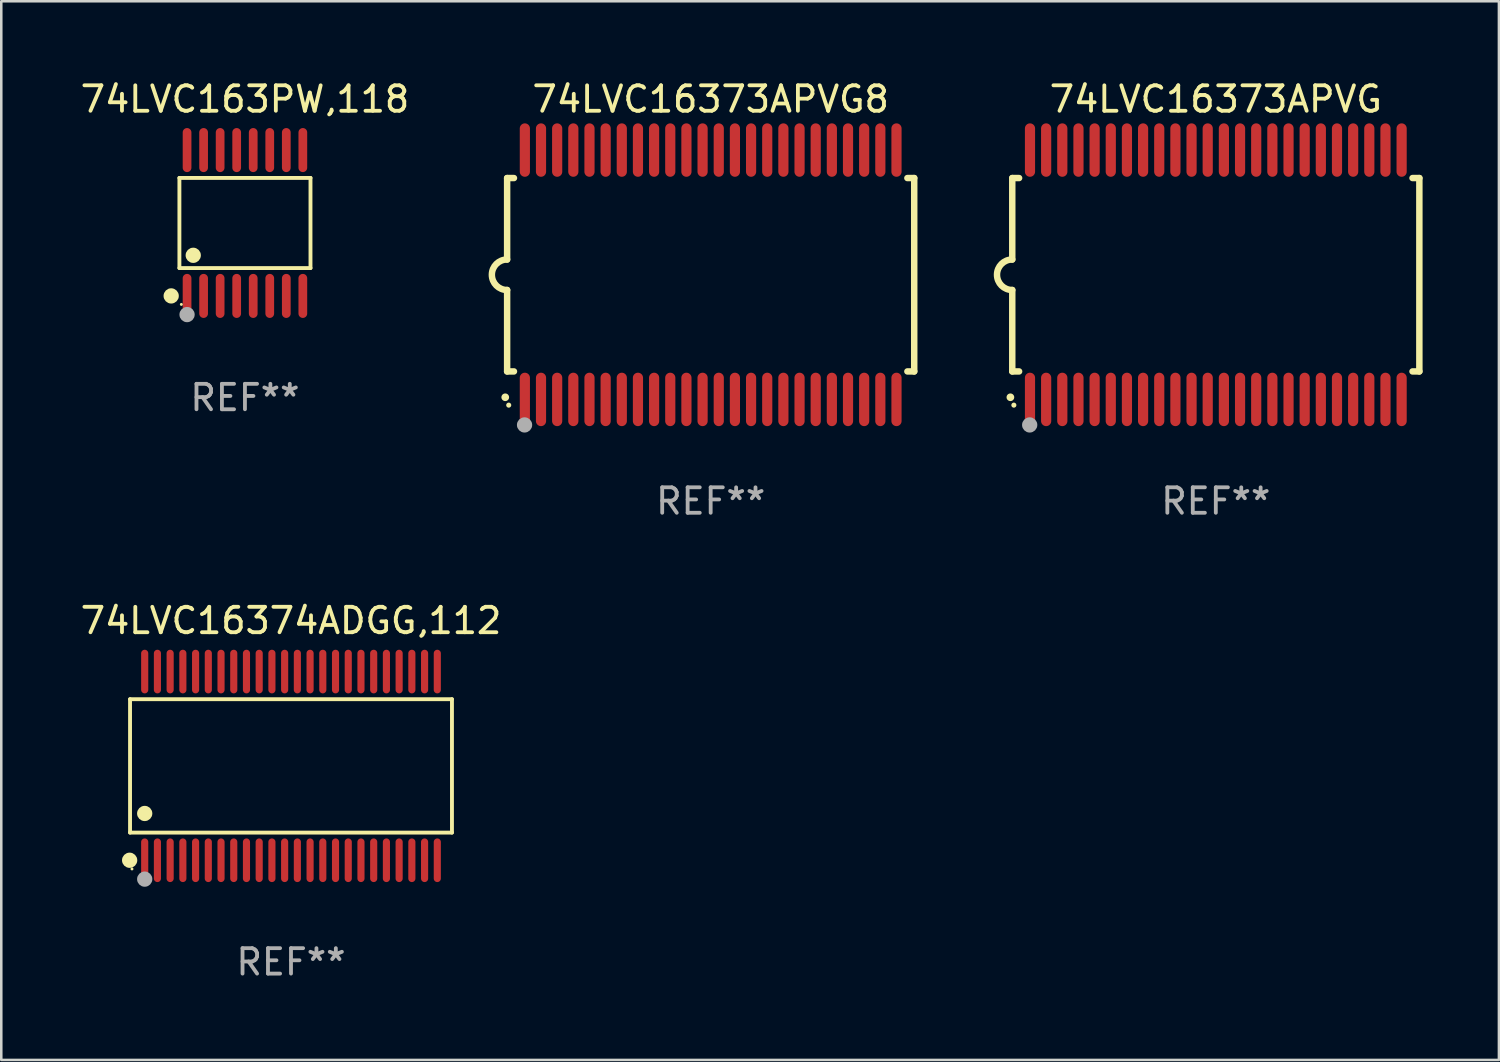
<source format=kicad_pcb>
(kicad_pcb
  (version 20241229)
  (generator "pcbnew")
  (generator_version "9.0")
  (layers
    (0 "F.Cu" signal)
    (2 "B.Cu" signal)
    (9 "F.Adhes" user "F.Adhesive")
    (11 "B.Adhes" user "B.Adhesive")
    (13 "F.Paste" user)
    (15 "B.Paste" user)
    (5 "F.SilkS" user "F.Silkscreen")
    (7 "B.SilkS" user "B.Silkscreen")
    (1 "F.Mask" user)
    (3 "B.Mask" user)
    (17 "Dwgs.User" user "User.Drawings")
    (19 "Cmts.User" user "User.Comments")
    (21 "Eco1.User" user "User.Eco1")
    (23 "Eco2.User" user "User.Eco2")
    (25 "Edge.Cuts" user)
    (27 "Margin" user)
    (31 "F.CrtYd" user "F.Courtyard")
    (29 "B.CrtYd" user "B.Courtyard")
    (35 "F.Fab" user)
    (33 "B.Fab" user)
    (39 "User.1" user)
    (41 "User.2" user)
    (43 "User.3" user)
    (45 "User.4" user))
  (footprint "74LVC16373APVG8"
    (layer "F.Cu")
    (at 24.881 7.748)
    (property "Reference" "74LVC16373APVG8" (at 0 -6.9 0) (layer "F.SilkS") (effects (font (size 1 1) (thickness 0.15))))
    (attr through_hole)
    (fp_line (start -8 -3.8) (end -8 -0.599) (stroke (width 0.254) (type solid)) (layer "F.SilkS"))
    (fp_line (start -8 -3.8) (end -7.731 -3.8) (stroke (width 0.254) (type solid)) (layer "F.SilkS"))
    (fp_line (start -8 3.8) (end -8 0.599) (stroke (width 0.254) (type solid)) (layer "F.SilkS"))
    (fp_line (start -7.731 3.8) (end -8 3.8) (stroke (width 0.254) (type solid)) (layer "F.SilkS"))
    (fp_line (start 7.731 -3.8) (end 8 -3.8) (stroke (width 0.254) (type solid)) (layer "F.SilkS"))
    (fp_line (start 8 -3.8) (end 8 3.8) (stroke (width 0.254) (type solid)) (layer "F.SilkS"))
    (fp_line (start 8 3.8) (end 7.731 3.8) (stroke (width 0.254) (type solid)) (layer "F.SilkS"))
    (fp_arc (start -8.074676 4.81585) (mid -8.073406 4.815845) (end -8.072136 4.81585) (stroke (width 0.3) (type solid)) (layer "F.SilkS"))
    (fp_arc (start -8.000025 0.6) (mid -8.598908 0.00056) (end -8.000027 -0.598882) (stroke (width 0.254001) (type solid)) (layer "F.SilkS"))
    (fp_circle (center -7.937 5.125) (end -7.887 5.125) (stroke (width 0.1) (type solid)) (fill no) (layer "F.SilkS"))
    (fp_circle (center -7.315 5.903) (end -7.165 5.903) (stroke (width 0.3) (type solid)) (fill no) (layer "F.Fab"))
    (fp_text user "REF**" (at 0 8.9 0) (layer "F.Fab") (effects (font (size 1 1) (thickness 0.15))))
    (pad "1" smd oval (at -7.303 4.9) (size 0.4 2.1) (layers "F.Cu" "F.Mask" "F.Paste"))
    (pad "2" smd oval (at -6.668 4.9) (size 0.4 2.1) (layers "F.Cu" "F.Mask" "F.Paste"))
    (pad "3" smd oval (at -6.033 4.9) (size 0.4 2.1) (layers "F.Cu" "F.Mask" "F.Paste"))
    (pad "4" smd oval (at -5.398 4.9) (size 0.4 2.1) (layers "F.Cu" "F.Mask" "F.Paste"))
    (pad "5" smd oval (at -4.763 4.9) (size 0.4 2.1) (layers "F.Cu" "F.Mask" "F.Paste"))
    (pad "6" smd oval (at -4.128 4.9) (size 0.4 2.1) (layers "F.Cu" "F.Mask" "F.Paste"))
    (pad "7" smd oval (at -3.493 4.9) (size 0.4 2.1) (layers "F.Cu" "F.Mask" "F.Paste"))
    (pad "8" smd oval (at -2.858 4.9) (size 0.4 2.1) (layers "F.Cu" "F.Mask" "F.Paste"))
    (pad "9" smd oval (at -2.223 4.9) (size 0.4 2.1) (layers "F.Cu" "F.Mask" "F.Paste"))
    (pad "10" smd oval (at -1.588 4.9) (size 0.4 2.1) (layers "F.Cu" "F.Mask" "F.Paste"))
    (pad "11" smd oval (at -0.953 4.9) (size 0.4 2.1) (layers "F.Cu" "F.Mask" "F.Paste"))
    (pad "12" smd oval (at -0.318 4.9) (size 0.4 2.1) (layers "F.Cu" "F.Mask" "F.Paste"))
    (pad "13" smd oval (at 0.318 4.9) (size 0.4 2.1) (layers "F.Cu" "F.Mask" "F.Paste"))
    (pad "14" smd oval (at 0.953 4.9) (size 0.4 2.1) (layers "F.Cu" "F.Mask" "F.Paste"))
    (pad "15" smd oval (at 1.588 4.9) (size 0.4 2.1) (layers "F.Cu" "F.Mask" "F.Paste"))
    (pad "16" smd oval (at 2.223 4.9) (size 0.4 2.1) (layers "F.Cu" "F.Mask" "F.Paste"))
    (pad "17" smd oval (at 2.858 4.9) (size 0.4 2.1) (layers "F.Cu" "F.Mask" "F.Paste"))
    (pad "18" smd oval (at 3.493 4.9) (size 0.4 2.1) (layers "F.Cu" "F.Mask" "F.Paste"))
    (pad "19" smd oval (at 4.128 4.9) (size 0.4 2.1) (layers "F.Cu" "F.Mask" "F.Paste"))
    (pad "20" smd oval (at 4.763 4.9) (size 0.4 2.1) (layers "F.Cu" "F.Mask" "F.Paste"))
    (pad "21" smd oval (at 5.398 4.9) (size 0.4 2.1) (layers "F.Cu" "F.Mask" "F.Paste"))
    (pad "22" smd oval (at 6.033 4.9) (size 0.4 2.1) (layers "F.Cu" "F.Mask" "F.Paste"))
    (pad "23" smd oval (at 6.668 4.9) (size 0.4 2.1) (layers "F.Cu" "F.Mask" "F.Paste"))
    (pad "24" smd oval (at 7.303 4.9) (size 0.4 2.1) (layers "F.Cu" "F.Mask" "F.Paste"))
    (pad "25" smd oval (at 7.303 -4.9 180) (size 0.4 2.1) (layers "F.Cu" "F.Mask" "F.Paste"))
    (pad "26" smd oval (at 6.668 -4.9 180) (size 0.4 2.1) (layers "F.Cu" "F.Mask" "F.Paste"))
    (pad "27" smd oval (at 6.033 -4.9 180) (size 0.4 2.1) (layers "F.Cu" "F.Mask" "F.Paste"))
    (pad "28" smd oval (at 5.398 -4.9 180) (size 0.4 2.1) (layers "F.Cu" "F.Mask" "F.Paste"))
    (pad "29" smd oval (at 4.763 -4.9 180) (size 0.4 2.1) (layers "F.Cu" "F.Mask" "F.Paste"))
    (pad "30" smd oval (at 4.128 -4.9 180) (size 0.4 2.1) (layers "F.Cu" "F.Mask" "F.Paste"))
    (pad "31" smd oval (at 3.493 -4.9 180) (size 0.4 2.1) (layers "F.Cu" "F.Mask" "F.Paste"))
    (pad "32" smd oval (at 2.858 -4.9 180) (size 0.4 2.1) (layers "F.Cu" "F.Mask" "F.Paste"))
    (pad "33" smd oval (at 2.223 -4.9 180) (size 0.4 2.1) (layers "F.Cu" "F.Mask" "F.Paste"))
    (pad "34" smd oval (at 1.588 -4.9 180) (size 0.4 2.1) (layers "F.Cu" "F.Mask" "F.Paste"))
    (pad "35" smd oval (at 0.953 -4.9 180) (size 0.4 2.1) (layers "F.Cu" "F.Mask" "F.Paste"))
    (pad "36" smd oval (at 0.318 -4.9 180) (size 0.4 2.1) (layers "F.Cu" "F.Mask" "F.Paste"))
    (pad "37" smd oval (at -0.318 -4.9 180) (size 0.4 2.1) (layers "F.Cu" "F.Mask" "F.Paste"))
    (pad "38" smd oval (at -0.953 -4.9 180) (size 0.4 2.1) (layers "F.Cu" "F.Mask" "F.Paste"))
    (pad "39" smd oval (at -1.588 -4.9 180) (size 0.4 2.1) (layers "F.Cu" "F.Mask" "F.Paste"))
    (pad "40" smd oval (at -2.223 -4.9 180) (size 0.4 2.1) (layers "F.Cu" "F.Mask" "F.Paste"))
    (pad "41" smd oval (at -2.858 -4.9 180) (size 0.4 2.1) (layers "F.Cu" "F.Mask" "F.Paste"))
    (pad "42" smd oval (at -3.493 -4.9 180) (size 0.4 2.1) (layers "F.Cu" "F.Mask" "F.Paste"))
    (pad "43" smd oval (at -4.128 -4.9 180) (size 0.4 2.1) (layers "F.Cu" "F.Mask" "F.Paste"))
    (pad "44" smd oval (at -4.763 -4.9 180) (size 0.4 2.1) (layers "F.Cu" "F.Mask" "F.Paste"))
    (pad "45" smd oval (at -5.398 -4.9 180) (size 0.4 2.1) (layers "F.Cu" "F.Mask" "F.Paste"))
    (pad "46" smd oval (at -6.033 -4.9 180) (size 0.4 2.1) (layers "F.Cu" "F.Mask" "F.Paste"))
    (pad "47" smd oval (at -6.668 -4.9 180) (size 0.4 2.1) (layers "F.Cu" "F.Mask" "F.Paste"))
    (pad "48" smd oval (at -7.303 -4.9 180) (size 0.4 2.1) (layers "F.Cu" "F.Mask" "F.Paste")))
  (footprint "74LVC16373APVG"
    (layer "F.Cu")
    (at 44.734 7.748)
    (property "Reference" "74LVC16373APVG" (at 0 -6.9 0) (layer "F.SilkS") (effects (font (size 1 1) (thickness 0.15))))
    (attr through_hole)
    (fp_line (start -8 -3.8) (end -8 -0.599) (stroke (width 0.254) (type solid)) (layer "F.SilkS"))
    (fp_line (start -8 -3.8) (end -7.731 -3.8) (stroke (width 0.254) (type solid)) (layer "F.SilkS"))
    (fp_line (start -8 3.8) (end -8 0.599) (stroke (width 0.254) (type solid)) (layer "F.SilkS"))
    (fp_line (start -7.731 3.8) (end -8 3.8) (stroke (width 0.254) (type solid)) (layer "F.SilkS"))
    (fp_line (start 7.731 -3.8) (end 8 -3.8) (stroke (width 0.254) (type solid)) (layer "F.SilkS"))
    (fp_line (start 8 -3.8) (end 8 3.8) (stroke (width 0.254) (type solid)) (layer "F.SilkS"))
    (fp_line (start 8 3.8) (end 7.731 3.8) (stroke (width 0.254) (type solid)) (layer "F.SilkS"))
    (fp_arc (start -8.074676 4.81585) (mid -8.073406 4.815845) (end -8.072136 4.81585) (stroke (width 0.3) (type solid)) (layer "F.SilkS"))
    (fp_arc (start -8.000025 0.6) (mid -8.598908 0.00056) (end -8.000027 -0.598882) (stroke (width 0.254001) (type solid)) (layer "F.SilkS"))
    (fp_circle (center -7.937 5.125) (end -7.887 5.125) (stroke (width 0.1) (type solid)) (fill no) (layer "F.SilkS"))
    (fp_circle (center -7.315 5.903) (end -7.165 5.903) (stroke (width 0.3) (type solid)) (fill no) (layer "F.Fab"))
    (fp_text user "REF**" (at 0 8.9 0) (layer "F.Fab") (effects (font (size 1 1) (thickness 0.15))))
    (pad "1" smd oval (at -7.303 4.9) (size 0.4 2.1) (layers "F.Cu" "F.Mask" "F.Paste"))
    (pad "2" smd oval (at -6.668 4.9) (size 0.4 2.1) (layers "F.Cu" "F.Mask" "F.Paste"))
    (pad "3" smd oval (at -6.033 4.9) (size 0.4 2.1) (layers "F.Cu" "F.Mask" "F.Paste"))
    (pad "4" smd oval (at -5.398 4.9) (size 0.4 2.1) (layers "F.Cu" "F.Mask" "F.Paste"))
    (pad "5" smd oval (at -4.763 4.9) (size 0.4 2.1) (layers "F.Cu" "F.Mask" "F.Paste"))
    (pad "6" smd oval (at -4.128 4.9) (size 0.4 2.1) (layers "F.Cu" "F.Mask" "F.Paste"))
    (pad "7" smd oval (at -3.493 4.9) (size 0.4 2.1) (layers "F.Cu" "F.Mask" "F.Paste"))
    (pad "8" smd oval (at -2.858 4.9) (size 0.4 2.1) (layers "F.Cu" "F.Mask" "F.Paste"))
    (pad "9" smd oval (at -2.223 4.9) (size 0.4 2.1) (layers "F.Cu" "F.Mask" "F.Paste"))
    (pad "10" smd oval (at -1.588 4.9) (size 0.4 2.1) (layers "F.Cu" "F.Mask" "F.Paste"))
    (pad "11" smd oval (at -0.953 4.9) (size 0.4 2.1) (layers "F.Cu" "F.Mask" "F.Paste"))
    (pad "12" smd oval (at -0.318 4.9) (size 0.4 2.1) (layers "F.Cu" "F.Mask" "F.Paste"))
    (pad "13" smd oval (at 0.318 4.9) (size 0.4 2.1) (layers "F.Cu" "F.Mask" "F.Paste"))
    (pad "14" smd oval (at 0.953 4.9) (size 0.4 2.1) (layers "F.Cu" "F.Mask" "F.Paste"))
    (pad "15" smd oval (at 1.588 4.9) (size 0.4 2.1) (layers "F.Cu" "F.Mask" "F.Paste"))
    (pad "16" smd oval (at 2.223 4.9) (size 0.4 2.1) (layers "F.Cu" "F.Mask" "F.Paste"))
    (pad "17" smd oval (at 2.858 4.9) (size 0.4 2.1) (layers "F.Cu" "F.Mask" "F.Paste"))
    (pad "18" smd oval (at 3.493 4.9) (size 0.4 2.1) (layers "F.Cu" "F.Mask" "F.Paste"))
    (pad "19" smd oval (at 4.128 4.9) (size 0.4 2.1) (layers "F.Cu" "F.Mask" "F.Paste"))
    (pad "20" smd oval (at 4.763 4.9) (size 0.4 2.1) (layers "F.Cu" "F.Mask" "F.Paste"))
    (pad "21" smd oval (at 5.398 4.9) (size 0.4 2.1) (layers "F.Cu" "F.Mask" "F.Paste"))
    (pad "22" smd oval (at 6.033 4.9) (size 0.4 2.1) (layers "F.Cu" "F.Mask" "F.Paste"))
    (pad "23" smd oval (at 6.668 4.9) (size 0.4 2.1) (layers "F.Cu" "F.Mask" "F.Paste"))
    (pad "24" smd oval (at 7.303 4.9) (size 0.4 2.1) (layers "F.Cu" "F.Mask" "F.Paste"))
    (pad "25" smd oval (at 7.303 -4.9 180) (size 0.4 2.1) (layers "F.Cu" "F.Mask" "F.Paste"))
    (pad "26" smd oval (at 6.668 -4.9 180) (size 0.4 2.1) (layers "F.Cu" "F.Mask" "F.Paste"))
    (pad "27" smd oval (at 6.033 -4.9 180) (size 0.4 2.1) (layers "F.Cu" "F.Mask" "F.Paste"))
    (pad "28" smd oval (at 5.398 -4.9 180) (size 0.4 2.1) (layers "F.Cu" "F.Mask" "F.Paste"))
    (pad "29" smd oval (at 4.763 -4.9 180) (size 0.4 2.1) (layers "F.Cu" "F.Mask" "F.Paste"))
    (pad "30" smd oval (at 4.128 -4.9 180) (size 0.4 2.1) (layers "F.Cu" "F.Mask" "F.Paste"))
    (pad "31" smd oval (at 3.493 -4.9 180) (size 0.4 2.1) (layers "F.Cu" "F.Mask" "F.Paste"))
    (pad "32" smd oval (at 2.858 -4.9 180) (size 0.4 2.1) (layers "F.Cu" "F.Mask" "F.Paste"))
    (pad "33" smd oval (at 2.223 -4.9 180) (size 0.4 2.1) (layers "F.Cu" "F.Mask" "F.Paste"))
    (pad "34" smd oval (at 1.588 -4.9 180) (size 0.4 2.1) (layers "F.Cu" "F.Mask" "F.Paste"))
    (pad "35" smd oval (at 0.953 -4.9 180) (size 0.4 2.1) (layers "F.Cu" "F.Mask" "F.Paste"))
    (pad "36" smd oval (at 0.318 -4.9 180) (size 0.4 2.1) (layers "F.Cu" "F.Mask" "F.Paste"))
    (pad "37" smd oval (at -0.318 -4.9 180) (size 0.4 2.1) (layers "F.Cu" "F.Mask" "F.Paste"))
    (pad "38" smd oval (at -0.953 -4.9 180) (size 0.4 2.1) (layers "F.Cu" "F.Mask" "F.Paste"))
    (pad "39" smd oval (at -1.588 -4.9 180) (size 0.4 2.1) (layers "F.Cu" "F.Mask" "F.Paste"))
    (pad "40" smd oval (at -2.223 -4.9 180) (size 0.4 2.1) (layers "F.Cu" "F.Mask" "F.Paste"))
    (pad "41" smd oval (at -2.858 -4.9 180) (size 0.4 2.1) (layers "F.Cu" "F.Mask" "F.Paste"))
    (pad "42" smd oval (at -3.493 -4.9 180) (size 0.4 2.1) (layers "F.Cu" "F.Mask" "F.Paste"))
    (pad "43" smd oval (at -4.128 -4.9 180) (size 0.4 2.1) (layers "F.Cu" "F.Mask" "F.Paste"))
    (pad "44" smd oval (at -4.763 -4.9 180) (size 0.4 2.1) (layers "F.Cu" "F.Mask" "F.Paste"))
    (pad "45" smd oval (at -5.398 -4.9 180) (size 0.4 2.1) (layers "F.Cu" "F.Mask" "F.Paste"))
    (pad "46" smd oval (at -6.033 -4.9 180) (size 0.4 2.1) (layers "F.Cu" "F.Mask" "F.Paste"))
    (pad "47" smd oval (at -6.668 -4.9 180) (size 0.4 2.1) (layers "F.Cu" "F.Mask" "F.Paste"))
    (pad "48" smd oval (at -7.303 -4.9 180) (size 0.4 2.1) (layers "F.Cu" "F.Mask" "F.Paste")))
  (footprint "74LVC163PW,118"
    (layer "F.Cu")
    (at 6.577 5.714)
    (property "Reference" "74LVC163PW,118" (at 0 -4.866 0) (layer "F.SilkS") (effects (font (size 1 1) (thickness 0.15))))
    (attr through_hole)
    (fp_line (start -2.576 -1.772) (end 2.576 -1.772) (stroke (width 0.152) (type solid)) (layer "F.SilkS"))
    (fp_line (start -2.576 1.771) (end -2.576 -1.772) (stroke (width 0.152) (type solid)) (layer "F.SilkS"))
    (fp_line (start 2.576 -1.772) (end 2.576 1.771) (stroke (width 0.152) (type solid)) (layer "F.SilkS"))
    (fp_line (start 2.576 1.771) (end -2.576 1.771) (stroke (width 0.152) (type solid)) (layer "F.SilkS"))
    (fp_circle (center -2.899 2.866) (end -2.749 2.866) (stroke (width 0.3) (type solid)) (fill no) (layer "F.SilkS"))
    (fp_circle (center -2.5 3.2) (end -2.47 3.2) (stroke (width 0.06) (type solid)) (fill no) (layer "F.SilkS"))
    (fp_circle (center -2.032 1.27) (end -1.882 1.27) (stroke (width 0.3) (type solid)) (fill no) (layer "F.SilkS"))
    (fp_circle (center -2.275 3.6) (end -2.125 3.6) (stroke (width 0.3) (type solid)) (fill no) (layer "F.Fab"))
    (fp_text user "REF**" (at 0 6.866 0) (layer "F.Fab") (effects (font (size 1 1) (thickness 0.15))))
    (pad "1" smd oval (at -2.275 2.866) (size 0.343 1.731) (layers "F.Cu" "F.Mask" "F.Paste"))
    (pad "2" smd oval (at -1.625 2.866) (size 0.343 1.731) (layers "F.Cu" "F.Mask" "F.Paste"))
    (pad "3" smd oval (at -0.975 2.866) (size 0.343 1.731) (layers "F.Cu" "F.Mask" "F.Paste"))
    (pad "4" smd oval (at -0.325 2.866) (size 0.343 1.731) (layers "F.Cu" "F.Mask" "F.Paste"))
    (pad "5" smd oval (at 0.325 2.866) (size 0.343 1.731) (layers "F.Cu" "F.Mask" "F.Paste"))
    (pad "6" smd oval (at 0.975 2.866) (size 0.343 1.731) (layers "F.Cu" "F.Mask" "F.Paste"))
    (pad "7" smd oval (at 1.625 2.866) (size 0.343 1.731) (layers "F.Cu" "F.Mask" "F.Paste"))
    (pad "8" smd oval (at 2.275 2.866) (size 0.343 1.731) (layers "F.Cu" "F.Mask" "F.Paste"))
    (pad "9" smd oval (at 2.275 -2.866) (size 0.343 1.731) (layers "F.Cu" "F.Mask" "F.Paste"))
    (pad "10" smd oval (at 1.625 -2.866) (size 0.343 1.731) (layers "F.Cu" "F.Mask" "F.Paste"))
    (pad "11" smd oval (at 0.975 -2.866) (size 0.343 1.731) (layers "F.Cu" "F.Mask" "F.Paste"))
    (pad "12" smd oval (at 0.325 -2.866) (size 0.343 1.731) (layers "F.Cu" "F.Mask" "F.Paste"))
    (pad "13" smd oval (at -0.325 -2.866) (size 0.343 1.731) (layers "F.Cu" "F.Mask" "F.Paste"))
    (pad "14" smd oval (at -0.975 -2.866) (size 0.343 1.731) (layers "F.Cu" "F.Mask" "F.Paste"))
    (pad "15" smd oval (at -1.625 -2.866) (size 0.343 1.731) (layers "F.Cu" "F.Mask" "F.Paste"))
    (pad "16" smd oval (at -2.275 -2.866) (size 0.343 1.731) (layers "F.Cu" "F.Mask" "F.Paste")))
  (footprint "74LVC16374ADGG,112"
    (layer "F.Cu")
    (at 8.387 27.052)
    (property "Reference" "74LVC16374ADGG,112" (at 0 -5.708 0) (layer "F.SilkS") (effects (font (size 1 1) (thickness 0.15))))
    (attr through_hole)
    (fp_line (start -6.326 -2.622) (end 6.326 -2.622) (stroke (width 0.152) (type solid)) (layer "F.SilkS"))
    (fp_line (start -6.326 2.621) (end -6.326 -2.622) (stroke (width 0.152) (type solid)) (layer "F.SilkS"))
    (fp_line (start 6.326 -2.622) (end 6.326 2.621) (stroke (width 0.152) (type solid)) (layer "F.SilkS"))
    (fp_line (start 6.326 2.621) (end -6.326 2.621) (stroke (width 0.152) (type solid)) (layer "F.SilkS"))
    (fp_circle (center -6.342 3.708) (end -6.192 3.708) (stroke (width 0.3) (type solid)) (fill no) (layer "F.SilkS"))
    (fp_circle (center -6.25 4.05) (end -6.22 4.05) (stroke (width 0.06) (type solid)) (fill no) (layer "F.SilkS"))
    (fp_circle (center -5.75 1.869) (end -5.6 1.869) (stroke (width 0.3) (type solid)) (fill no) (layer "F.SilkS"))
    (fp_circle (center -5.75 4.45) (end -5.6 4.45) (stroke (width 0.3) (type solid)) (fill no) (layer "F.Fab"))
    (fp_text user "REF**" (at 0 7.708 0) (layer "F.Fab") (effects (font (size 1 1) (thickness 0.15))))
    (pad "1" smd oval (at -5.75 3.708) (size 0.28 1.715) (layers "F.Cu" "F.Mask" "F.Paste"))
    (pad "2" smd oval (at -5.25 3.708) (size 0.28 1.715) (layers "F.Cu" "F.Mask" "F.Paste"))
    (pad "3" smd oval (at -4.75 3.708) (size 0.28 1.715) (layers "F.Cu" "F.Mask" "F.Paste"))
    (pad "4" smd oval (at -4.25 3.708) (size 0.28 1.715) (layers "F.Cu" "F.Mask" "F.Paste"))
    (pad "5" smd oval (at -3.75 3.708) (size 0.28 1.715) (layers "F.Cu" "F.Mask" "F.Paste"))
    (pad "6" smd oval (at -3.25 3.708) (size 0.28 1.715) (layers "F.Cu" "F.Mask" "F.Paste"))
    (pad "7" smd oval (at -2.75 3.708) (size 0.28 1.715) (layers "F.Cu" "F.Mask" "F.Paste"))
    (pad "8" smd oval (at -2.25 3.708) (size 0.28 1.715) (layers "F.Cu" "F.Mask" "F.Paste"))
    (pad "9" smd oval (at -1.75 3.708) (size 0.28 1.715) (layers "F.Cu" "F.Mask" "F.Paste"))
    (pad "10" smd oval (at -1.25 3.708) (size 0.28 1.715) (layers "F.Cu" "F.Mask" "F.Paste"))
    (pad "11" smd oval (at -0.75 3.708) (size 0.28 1.715) (layers "F.Cu" "F.Mask" "F.Paste"))
    (pad "12" smd oval (at -0.25 3.708) (size 0.28 1.715) (layers "F.Cu" "F.Mask" "F.Paste"))
    (pad "13" smd oval (at 0.25 3.708) (size 0.28 1.715) (layers "F.Cu" "F.Mask" "F.Paste"))
    (pad "14" smd oval (at 0.75 3.708) (size 0.28 1.715) (layers "F.Cu" "F.Mask" "F.Paste"))
    (pad "15" smd oval (at 1.25 3.708) (size 0.28 1.715) (layers "F.Cu" "F.Mask" "F.Paste"))
    (pad "16" smd oval (at 1.75 3.708) (size 0.28 1.715) (layers "F.Cu" "F.Mask" "F.Paste"))
    (pad "17" smd oval (at 2.25 3.708) (size 0.28 1.715) (layers "F.Cu" "F.Mask" "F.Paste"))
    (pad "18" smd oval (at 2.75 3.708) (size 0.28 1.715) (layers "F.Cu" "F.Mask" "F.Paste"))
    (pad "19" smd oval (at 3.25 3.708) (size 0.28 1.715) (layers "F.Cu" "F.Mask" "F.Paste"))
    (pad "20" smd oval (at 3.75 3.708) (size 0.28 1.715) (layers "F.Cu" "F.Mask" "F.Paste"))
    (pad "21" smd oval (at 4.25 3.708) (size 0.28 1.715) (layers "F.Cu" "F.Mask" "F.Paste"))
    (pad "22" smd oval (at 4.75 3.708) (size 0.28 1.715) (layers "F.Cu" "F.Mask" "F.Paste"))
    (pad "23" smd oval (at 5.25 3.708) (size 0.28 1.715) (layers "F.Cu" "F.Mask" "F.Paste"))
    (pad "24" smd oval (at 5.75 3.708) (size 0.28 1.715) (layers "F.Cu" "F.Mask" "F.Paste"))
    (pad "25" smd oval (at 5.75 -3.708) (size 0.28 1.715) (layers "F.Cu" "F.Mask" "F.Paste"))
    (pad "26" smd oval (at 5.25 -3.708) (size 0.28 1.715) (layers "F.Cu" "F.Mask" "F.Paste"))
    (pad "27" smd oval (at 4.75 -3.708) (size 0.28 1.715) (layers "F.Cu" "F.Mask" "F.Paste"))
    (pad "28" smd oval (at 4.25 -3.708) (size 0.28 1.715) (layers "F.Cu" "F.Mask" "F.Paste"))
    (pad "29" smd oval (at 3.75 -3.708) (size 0.28 1.715) (layers "F.Cu" "F.Mask" "F.Paste"))
    (pad "30" smd oval (at 3.25 -3.708) (size 0.28 1.715) (layers "F.Cu" "F.Mask" "F.Paste"))
    (pad "31" smd oval (at 2.75 -3.708) (size 0.28 1.715) (layers "F.Cu" "F.Mask" "F.Paste"))
    (pad "32" smd oval (at 2.25 -3.708) (size 0.28 1.715) (layers "F.Cu" "F.Mask" "F.Paste"))
    (pad "33" smd oval (at 1.75 -3.708) (size 0.28 1.715) (layers "F.Cu" "F.Mask" "F.Paste"))
    (pad "34" smd oval (at 1.25 -3.708) (size 0.28 1.715) (layers "F.Cu" "F.Mask" "F.Paste"))
    (pad "35" smd oval (at 0.75 -3.708) (size 0.28 1.715) (layers "F.Cu" "F.Mask" "F.Paste"))
    (pad "36" smd oval (at 0.25 -3.708) (size 0.28 1.715) (layers "F.Cu" "F.Mask" "F.Paste"))
    (pad "37" smd oval (at -0.25 -3.708) (size 0.28 1.715) (layers "F.Cu" "F.Mask" "F.Paste"))
    (pad "38" smd oval (at -0.75 -3.708) (size 0.28 1.715) (layers "F.Cu" "F.Mask" "F.Paste"))
    (pad "39" smd oval (at -1.25 -3.708) (size 0.28 1.715) (layers "F.Cu" "F.Mask" "F.Paste"))
    (pad "40" smd oval (at -1.75 -3.708) (size 0.28 1.715) (layers "F.Cu" "F.Mask" "F.Paste"))
    (pad "41" smd oval (at -2.25 -3.708) (size 0.28 1.715) (layers "F.Cu" "F.Mask" "F.Paste"))
    (pad "42" smd oval (at -2.75 -3.708) (size 0.28 1.715) (layers "F.Cu" "F.Mask" "F.Paste"))
    (pad "43" smd oval (at -3.25 -3.708) (size 0.28 1.715) (layers "F.Cu" "F.Mask" "F.Paste"))
    (pad "44" smd oval (at -3.75 -3.708) (size 0.28 1.715) (layers "F.Cu" "F.Mask" "F.Paste"))
    (pad "45" smd oval (at -4.25 -3.708) (size 0.28 1.715) (layers "F.Cu" "F.Mask" "F.Paste"))
    (pad "46" smd oval (at -4.75 -3.708) (size 0.28 1.715) (layers "F.Cu" "F.Mask" "F.Paste"))
    (pad "47" smd oval (at -5.25 -3.708) (size 0.28 1.715) (layers "F.Cu" "F.Mask" "F.Paste"))
    (pad "48" smd oval (at -5.75 -3.708) (size 0.28 1.715) (layers "F.Cu" "F.Mask" "F.Paste")))
  (gr_rect
    (start -3 -3)
    (end 55.861 38.608)
    (stroke (width 0.1) (type default))
    (fill no)
    (layer "Edge.Cuts")))
</source>
